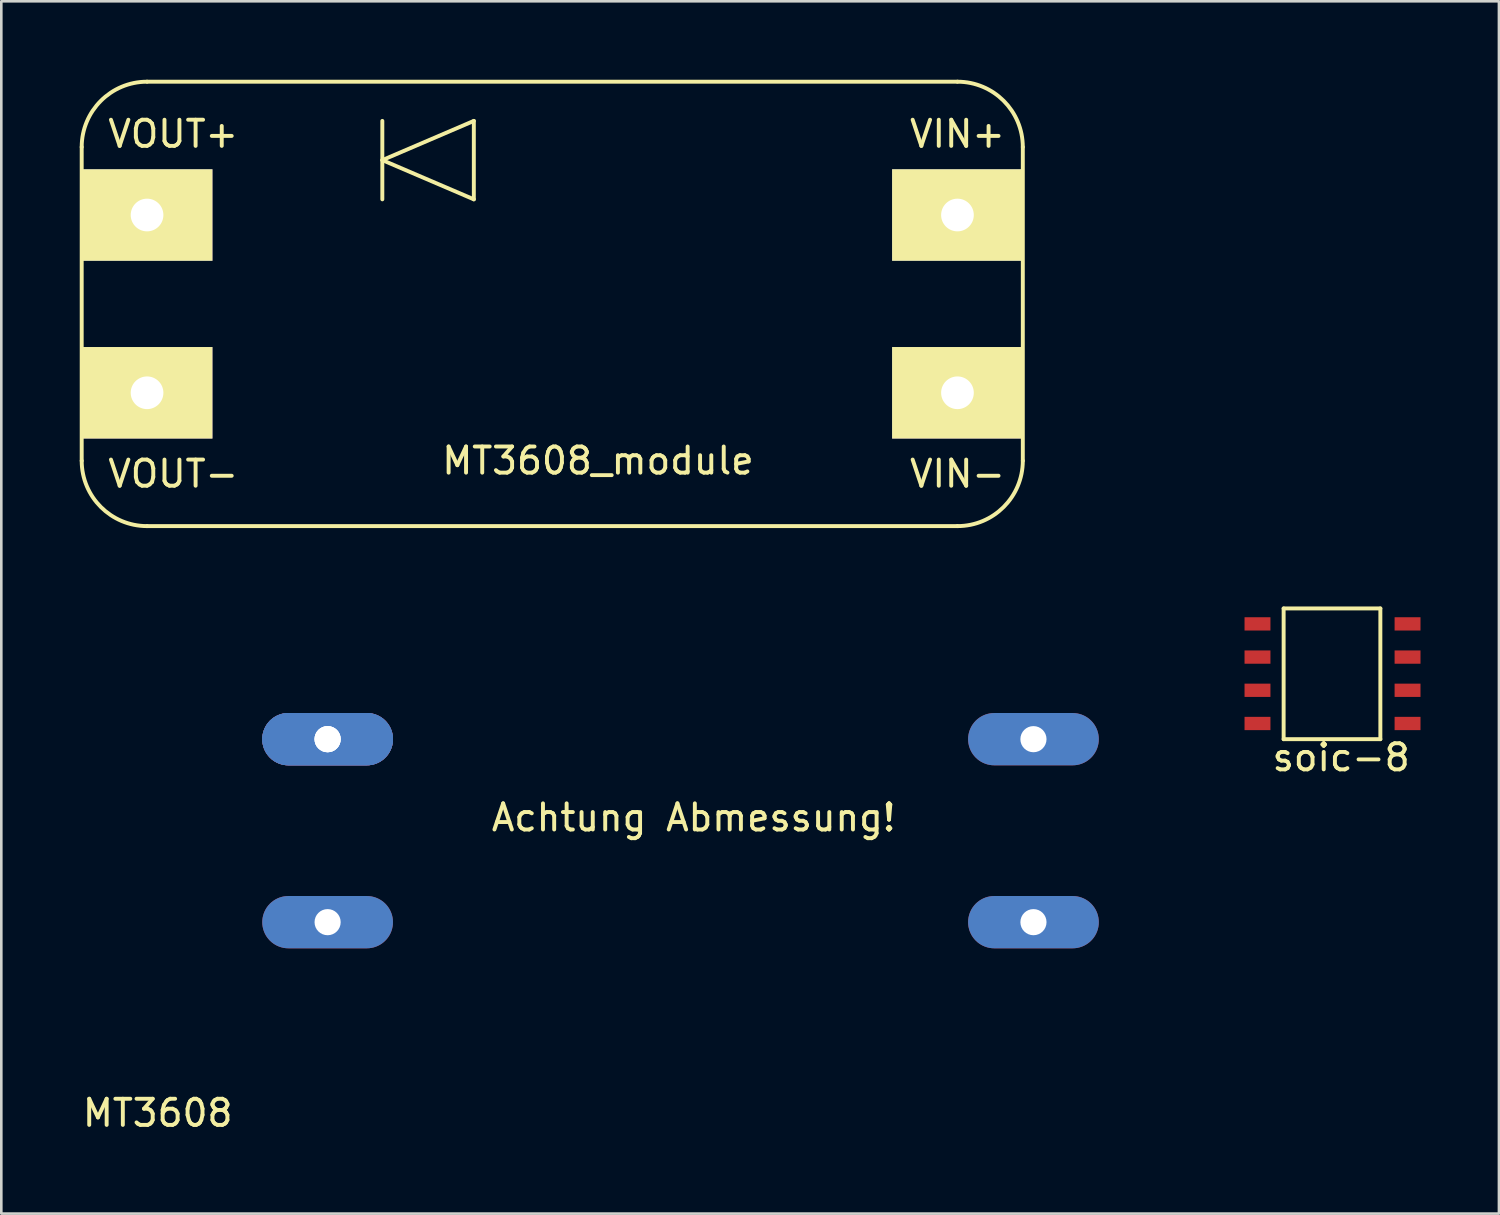
<source format=kicad_pcb>
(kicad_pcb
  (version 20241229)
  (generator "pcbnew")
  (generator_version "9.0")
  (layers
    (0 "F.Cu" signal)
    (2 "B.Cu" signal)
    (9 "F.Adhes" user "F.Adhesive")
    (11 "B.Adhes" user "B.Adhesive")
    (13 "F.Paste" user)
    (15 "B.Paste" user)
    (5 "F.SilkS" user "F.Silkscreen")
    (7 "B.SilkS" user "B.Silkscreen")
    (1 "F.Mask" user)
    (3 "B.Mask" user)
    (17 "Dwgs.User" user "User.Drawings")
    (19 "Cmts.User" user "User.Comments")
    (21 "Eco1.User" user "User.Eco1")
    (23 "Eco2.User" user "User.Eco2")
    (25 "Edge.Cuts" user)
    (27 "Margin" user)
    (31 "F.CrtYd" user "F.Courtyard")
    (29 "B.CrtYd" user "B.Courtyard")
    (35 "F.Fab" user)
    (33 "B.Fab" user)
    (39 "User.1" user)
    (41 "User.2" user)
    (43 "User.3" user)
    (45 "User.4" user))
  (footprint "MT3608"
    (layer "F.Cu")
    (at 5.482 37.225)
    (property "Reference" "MT3608" (at -2.5 2.3 0) (layer "F.SilkS") (effects (font (size 1 1) (thickness 0.15))))
    (attr through_hole)
    (fp_line (start 0 -17) (end 0 0) (stroke (width 0.15) (type solid)) (layer "B.Paste"))
    (fp_line (start 0 0) (end 36 0) (stroke (width 0.15) (type solid)) (layer "B.Paste"))
    (fp_line (start 36 -17) (end 0 -17) (stroke (width 0.15) (type solid)) (layer "B.Paste"))
    (fp_line (start 36 0) (end 36 -17) (stroke (width 0.15) (type solid)) (layer "B.Paste"))
    (fp_text user "Achtung Abmessung!" (at 18 -9 0) (layer "F.SilkS") (effects (font (size 1 1) (thickness 0.15))))
    (pad "1" thru_hole oval (at 4 -12) (size 5 2) (drill 1) (layers "*.Cu" "*.Mask"))
    (pad "1" thru_hole oval (at 4 -12) (size 5 2) (drill 1) (layers "*.Cu" "*.Mask"))
    (pad "1" thru_hole oval (at 4 -12) (size 5 2) (drill 1) (layers "*.Cu" "*.Mask"))
    (pad "2" thru_hole oval (at 4 -5) (size 5 2) (drill 1) (layers "*.Cu" "*.Mask"))
    (pad "3" thru_hole oval (at 31 -12) (size 5 2) (drill 1) (layers "*.Cu" "*.Mask"))
    (pad "4" thru_hole oval (at 31 -5) (size 5 2) (drill 1) (layers "*.Cu" "*.Mask")))
  (footprint "MT3608_module"
    (layer "F.Cu")
    (at 19.575 8.575)
    (property "Reference" "MT3608_module" (at 0.25 6 180) (layer "F.SilkS") (effects (font (size 1 1) (thickness 0.15))))
    (attr through_hole)
    (fp_line (start -19.5 -6) (end -19.5 6) (stroke (width 0.15) (type solid)) (layer "F.SilkS"))
    (fp_line (start -17 8.5) (end 14 8.5) (stroke (width 0.15) (type solid)) (layer "F.SilkS"))
    (fp_line (start -8 -7) (end -8 -4) (stroke (width 0.15) (type solid)) (layer "F.SilkS"))
    (fp_line (start -8 -5.5) (end -4.5 -7) (stroke (width 0.15) (type solid)) (layer "F.SilkS"))
    (fp_line (start -4.5 -7) (end -4.5 -4) (stroke (width 0.15) (type solid)) (layer "F.SilkS"))
    (fp_line (start -4.5 -4) (end -8 -5.5) (stroke (width 0.15) (type solid)) (layer "F.SilkS"))
    (fp_line (start 14 -8.5) (end -17 -8.5) (stroke (width 0.15) (type solid)) (layer "F.SilkS"))
    (fp_line (start 16.5 6) (end 16.5 -6) (stroke (width 0.15) (type solid)) (layer "F.SilkS"))
    (fp_arc (start -19.5 -6) (mid -18.767767 -7.767767) (end -17 -8.5) (stroke (width 0.15) (type solid)) (layer "F.SilkS"))
    (fp_arc (start -17 8.5) (mid -18.767767 7.767767) (end -19.5 6) (stroke (width 0.15) (type solid)) (layer "F.SilkS"))
    (fp_arc (start 14 -8.5) (mid 15.767767 -7.767767) (end 16.5 -6) (stroke (width 0.15) (type solid)) (layer "F.SilkS"))
    (fp_arc (start 16.5 6) (mid 15.767767 7.767767) (end 14 8.5) (stroke (width 0.15) (type solid)) (layer "F.SilkS"))
    (fp_text user "VIN-" (at 14 6.5 0) (layer "F.SilkS") (effects (font (size 1 1) (thickness 0.15))))
    (fp_text user "VIN+" (at 14 -6.5 0) (layer "F.SilkS") (effects (font (size 1 1) (thickness 0.15))))
    (fp_text user "VOUT+" (at -16 -6.5 0) (layer "F.SilkS") (effects (font (size 1 1) (thickness 0.15))))
    (fp_text user "VOUT-" (at -16 6.5 0) (layer "F.SilkS") (effects (font (size 1 1) (thickness 0.15))))
    (pad "1" thru_hole rect (at 14 -3.4 180) (size 5 3.5) (drill 1.25) (layers "*.Cu" "*.Mask" "F.SilkS"))
    (pad "2" thru_hole rect (at 14 3.4 180) (size 5 3.5) (drill 1.25) (layers "*.Cu" "*.Mask" "F.SilkS"))
    (pad "3" thru_hole rect (at -17 3.4 180) (size 5 3.5) (drill 1.25) (layers "*.Cu" "*.Mask" "F.SilkS"))
    (pad "4" thru_hole rect (at -17 -3.4 180) (size 5 3.5) (drill 1.25) (layers "*.Cu" "*.Mask" "F.SilkS")))
  (footprint "soic-8"
    (layer "F.Cu")
    (at 45.052 24.625)
    (property "Reference" "soic-8" (at 3.2 1.3 0) (layer "F.SilkS") (effects (font (size 1 1) (thickness 0.15))))
    (attr through_hole)
    (fp_line (start 1 -4.4) (end 1 0.6) (stroke (width 0.15) (type solid)) (layer "F.SilkS"))
    (fp_line (start 1 0.6) (end 4.7 0.6) (stroke (width 0.15) (type solid)) (layer "F.SilkS"))
    (fp_line (start 4.7 -4.4) (end 1 -4.4) (stroke (width 0.15) (type solid)) (layer "F.SilkS"))
    (fp_line (start 4.7 0.6) (end 4.7 -4.4) (stroke (width 0.15) (type solid)) (layer "F.SilkS"))
    (pad "1" smd rect (at 0 -3.81) (size 0.991 0.508) (layers "F.Cu" "F.Mask" "F.Paste"))
    (pad "2" smd rect (at 0 -2.54) (size 0.991 0.508) (layers "F.Cu" "F.Mask" "F.Paste"))
    (pad "3" smd rect (at 0 -1.27) (size 0.991 0.508) (layers "F.Cu" "F.Mask" "F.Paste"))
    (pad "4" smd rect (at 0 0) (size 0.991 0.508) (layers "F.Cu" "F.Mask" "F.Paste"))
    (pad "5" smd rect (at 5.74 0) (size 0.991 0.508) (layers "F.Cu" "F.Mask" "F.Paste"))
    (pad "6" smd rect (at 5.74 -1.27) (size 0.991 0.508) (layers "F.Cu" "F.Mask" "F.Paste"))
    (pad "7" smd rect (at 5.74 -2.54) (size 0.991 0.508) (layers "F.Cu" "F.Mask" "F.Paste"))
    (pad "8" smd rect (at 5.74 -3.81) (size 0.991 0.508) (layers "F.Cu" "F.Mask" "F.Paste")))
  (gr_rect
    (start -3 -3)
    (end 54.288 43.373)
    (stroke (width 0.1) (type default))
    (fill no)
    (layer "Edge.Cuts")))
</source>
